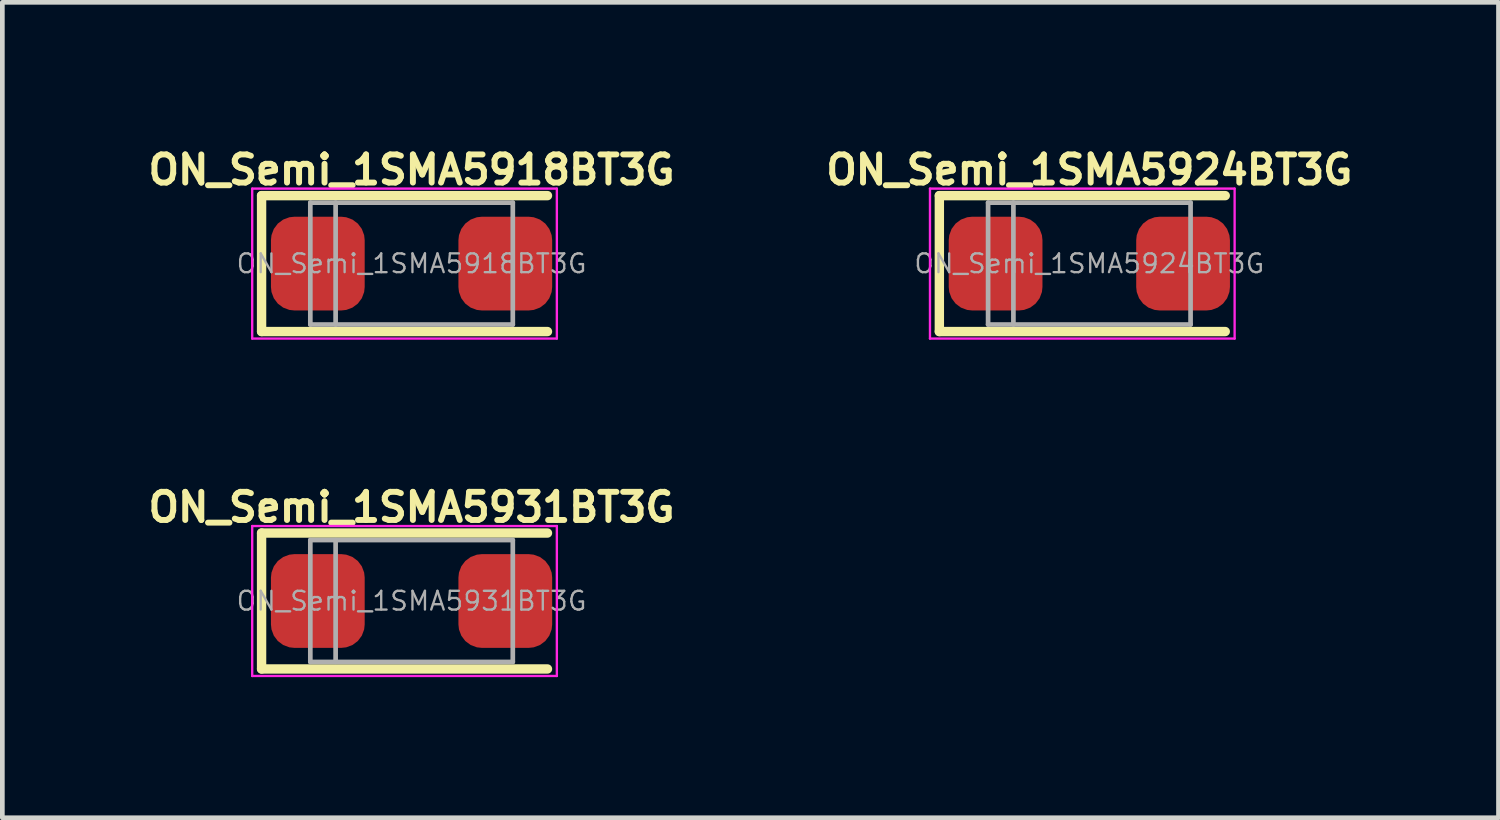
<source format=kicad_pcb>
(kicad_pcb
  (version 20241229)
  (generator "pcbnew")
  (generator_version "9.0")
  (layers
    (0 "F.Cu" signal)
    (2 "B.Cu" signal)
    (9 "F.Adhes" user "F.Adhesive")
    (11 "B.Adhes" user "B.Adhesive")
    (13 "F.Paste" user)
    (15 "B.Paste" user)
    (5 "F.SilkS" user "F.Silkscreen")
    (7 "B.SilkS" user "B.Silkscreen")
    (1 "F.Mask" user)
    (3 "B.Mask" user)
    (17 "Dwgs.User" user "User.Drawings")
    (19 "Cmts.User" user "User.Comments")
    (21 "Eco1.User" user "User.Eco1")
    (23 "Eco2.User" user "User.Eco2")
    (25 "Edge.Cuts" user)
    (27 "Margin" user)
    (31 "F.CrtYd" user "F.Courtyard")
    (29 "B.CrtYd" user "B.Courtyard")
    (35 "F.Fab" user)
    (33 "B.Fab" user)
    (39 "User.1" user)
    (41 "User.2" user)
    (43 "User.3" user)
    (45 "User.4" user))
  (footprint "ON_Semi_1SMA5918BT3G"
    (layer "F.Cu")
    (at 5.731 2.574)
    (property "Reference" "ON_Semi_1SMA5918BT3G" (at 0 -2 0) (layer "F.SilkS") (effects (font (size 0.6 0.6) (thickness 0.127))))
    (attr smd)
    (fp_line (start -3.2 -1.45) (end -3.2 1.45) (stroke (width 0.2) (type solid)) (layer "F.SilkS"))
    (fp_line (start -3.2 -1.45) (end 2.9 -1.45) (stroke (width 0.2) (type solid)) (layer "F.SilkS"))
    (fp_line (start -3.2 1.45) (end 2.9 1.45) (stroke (width 0.2) (type solid)) (layer "F.SilkS"))
    (fp_line (start -3.4 -1.6) (end 3.1 -1.6) (stroke (width 0.05) (type solid)) (layer "F.CrtYd"))
    (fp_line (start -3.4 1.6) (end -3.4 -1.6) (stroke (width 0.05) (type solid)) (layer "F.CrtYd"))
    (fp_line (start 3.1 -1.6) (end 3.1 1.6) (stroke (width 0.05) (type solid)) (layer "F.CrtYd"))
    (fp_line (start 3.1 1.6) (end -3.4 1.6) (stroke (width 0.05) (type solid)) (layer "F.CrtYd"))
    (fp_line (start -2.16 1.3) (end -2.16 -1.3) (stroke (width 0.1) (type solid)) (layer "F.Fab"))
    (fp_line (start -1.62 -1.3) (end -1.62 1.3) (stroke (width 0.1) (type solid)) (layer "F.Fab"))
    (fp_line (start 2.16 -1.3) (end -2.16 -1.3) (stroke (width 0.1) (type solid)) (layer "F.Fab"))
    (fp_line (start 2.16 -1.3) (end 2.16 1.3) (stroke (width 0.1) (type solid)) (layer "F.Fab"))
    (fp_line (start 2.16 1.3) (end -2.16 1.3) (stroke (width 0.1) (type solid)) (layer "F.Fab"))
    (fp_text user "${REFERENCE}" (at 0 0 0) (layer "F.Fab") (effects (font (size 0.4 0.4) (thickness 0.05))))
    (pad "1" smd roundrect (at 2 0) (size 2 2) (layers "F.Cu" "F.Mask" "F.Paste") (roundrect_rratio 0.25))
    (pad "2" smd roundrect (at -2 0) (size 2 2) (layers "F.Cu" "F.Mask" "F.Paste") (roundrect_rratio 0.25)))
  (footprint "ON_Semi_1SMA5931BT3G"
    (layer "F.Cu")
    (at 5.731 9.773)
    (property "Reference" "ON_Semi_1SMA5931BT3G" (at 0 -2 0) (layer "F.SilkS") (effects (font (size 0.6 0.6) (thickness 0.127))))
    (attr smd)
    (fp_line (start -3.2 -1.45) (end -3.2 1.45) (stroke (width 0.2) (type solid)) (layer "F.SilkS"))
    (fp_line (start -3.2 -1.45) (end 2.9 -1.45) (stroke (width 0.2) (type solid)) (layer "F.SilkS"))
    (fp_line (start -3.2 1.45) (end 2.9 1.45) (stroke (width 0.2) (type solid)) (layer "F.SilkS"))
    (fp_line (start -3.4 -1.6) (end 3.1 -1.6) (stroke (width 0.05) (type solid)) (layer "F.CrtYd"))
    (fp_line (start -3.4 1.6) (end -3.4 -1.6) (stroke (width 0.05) (type solid)) (layer "F.CrtYd"))
    (fp_line (start 3.1 -1.6) (end 3.1 1.6) (stroke (width 0.05) (type solid)) (layer "F.CrtYd"))
    (fp_line (start 3.1 1.6) (end -3.4 1.6) (stroke (width 0.05) (type solid)) (layer "F.CrtYd"))
    (fp_line (start -2.16 1.3) (end -2.16 -1.3) (stroke (width 0.1) (type solid)) (layer "F.Fab"))
    (fp_line (start -1.62 -1.3) (end -1.62 1.3) (stroke (width 0.1) (type solid)) (layer "F.Fab"))
    (fp_line (start 2.16 -1.3) (end -2.16 -1.3) (stroke (width 0.1) (type solid)) (layer "F.Fab"))
    (fp_line (start 2.16 -1.3) (end 2.16 1.3) (stroke (width 0.1) (type solid)) (layer "F.Fab"))
    (fp_line (start 2.16 1.3) (end -2.16 1.3) (stroke (width 0.1) (type solid)) (layer "F.Fab"))
    (fp_text user "${REFERENCE}" (at 0 0 0) (layer "F.Fab") (effects (font (size 0.4 0.4) (thickness 0.05))))
    (pad "1" smd roundrect (at 2 0) (size 2 2) (layers "F.Cu" "F.Mask" "F.Paste") (roundrect_rratio 0.25))
    (pad "2" smd roundrect (at -2 0) (size 2 2) (layers "F.Cu" "F.Mask" "F.Paste") (roundrect_rratio 0.25)))
  (footprint "ON_Semi_1SMA5924BT3G"
    (layer "F.Cu")
    (at 20.192 2.574)
    (property "Reference" "ON_Semi_1SMA5924BT3G" (at 0 -2 0) (layer "F.SilkS") (effects (font (size 0.6 0.6) (thickness 0.127))))
    (attr smd)
    (fp_line (start -3.2 -1.45) (end -3.2 1.45) (stroke (width 0.2) (type solid)) (layer "F.SilkS"))
    (fp_line (start -3.2 -1.45) (end 2.9 -1.45) (stroke (width 0.2) (type solid)) (layer "F.SilkS"))
    (fp_line (start -3.2 1.45) (end 2.9 1.45) (stroke (width 0.2) (type solid)) (layer "F.SilkS"))
    (fp_line (start -3.4 -1.6) (end 3.1 -1.6) (stroke (width 0.05) (type solid)) (layer "F.CrtYd"))
    (fp_line (start -3.4 1.6) (end -3.4 -1.6) (stroke (width 0.05) (type solid)) (layer "F.CrtYd"))
    (fp_line (start 3.1 -1.6) (end 3.1 1.6) (stroke (width 0.05) (type solid)) (layer "F.CrtYd"))
    (fp_line (start 3.1 1.6) (end -3.4 1.6) (stroke (width 0.05) (type solid)) (layer "F.CrtYd"))
    (fp_line (start -2.16 1.3) (end -2.16 -1.3) (stroke (width 0.1) (type solid)) (layer "F.Fab"))
    (fp_line (start -1.62 -1.3) (end -1.62 1.3) (stroke (width 0.1) (type solid)) (layer "F.Fab"))
    (fp_line (start 2.16 -1.3) (end -2.16 -1.3) (stroke (width 0.1) (type solid)) (layer "F.Fab"))
    (fp_line (start 2.16 -1.3) (end 2.16 1.3) (stroke (width 0.1) (type solid)) (layer "F.Fab"))
    (fp_line (start 2.16 1.3) (end -2.16 1.3) (stroke (width 0.1) (type solid)) (layer "F.Fab"))
    (fp_text user "${REFERENCE}" (at 0 0 0) (layer "F.Fab") (effects (font (size 0.4 0.4) (thickness 0.05))))
    (pad "1" smd roundrect (at 2 0) (size 2 2) (layers "F.Cu" "F.Mask" "F.Paste") (roundrect_rratio 0.25))
    (pad "2" smd roundrect (at -2 0) (size 2 2) (layers "F.Cu" "F.Mask" "F.Paste") (roundrect_rratio 0.25)))
  (gr_rect
    (start -3 -3)
    (end 28.922 14.398)
    (stroke (width 0.1) (type default))
    (fill no)
    (layer "Edge.Cuts")))
</source>
